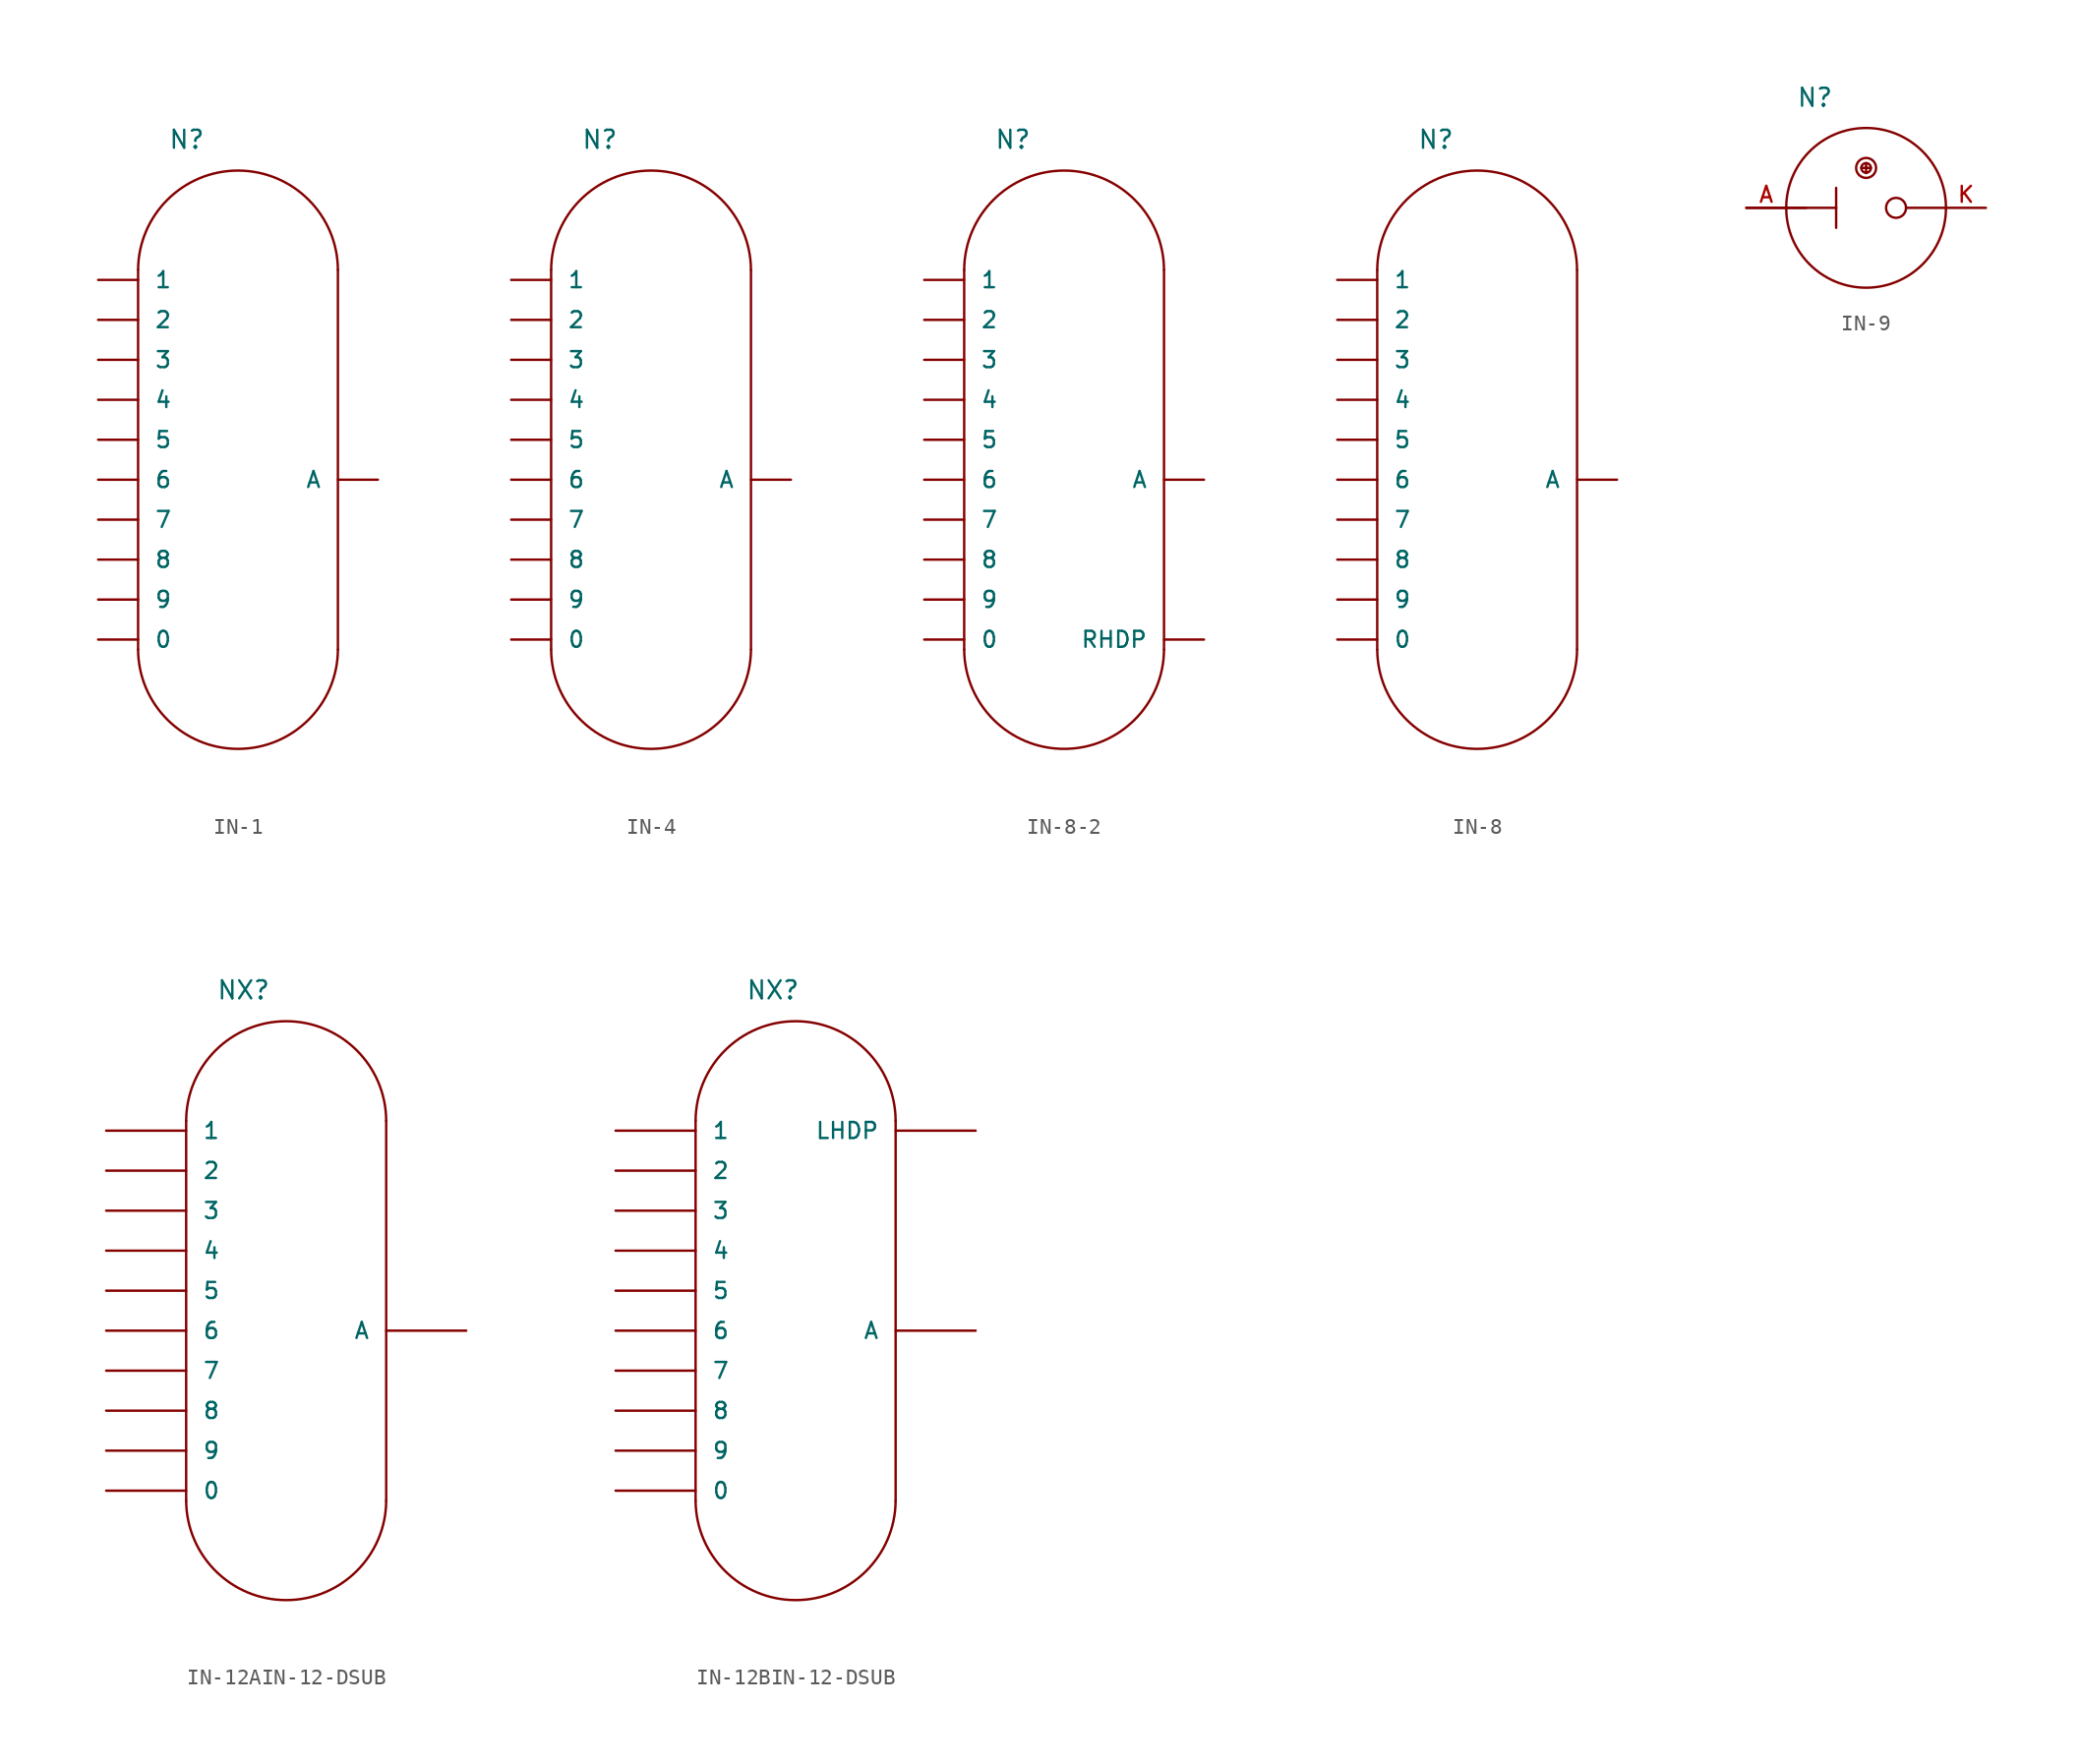
<source format=kicad_sym>
(kicad_symbol_lib
  (version 20211014)
  (generator kicad_symbol_editor)
  (symbol "IN-1"
    (pin_numbers hide)
    (pin_names
      (offset 1.016))
    (property "Reference" "N"
      (at -5.715 20.955 0)
      (effects (font (size 1.143 1.143)) (justify left bottom)))
    (property "ki_locked" ""
      (at 0 0 0)
      (effects (font (size 1.27 1.27))))
    (symbol "IN-1_1_0"
      (polyline (pts (xy -7.62 -10.795) (xy -7.62 13.335)) (stroke (width 0) (type default) (color 0 0 0 0)) (fill (type none)))
      (polyline (pts (xy 5.08 -10.795) (xy 5.08 13.335)) (stroke (width 0) (type default) (color 0 0 0 0)) (fill (type none))))
    (symbol "IN-1_1_1"
      (arc (start -7.62 -10.795) (mid -1.27 -17.145) (end 5.08 -10.795) (stroke (width 0) (type default) (color 0 0 0 0)) (fill (type none)))
      (arc (start 5.08 13.335) (mid -1.27 19.685) (end -7.62 13.335) (stroke (width 0) (type default) (color 0 0 0 0)) (fill (type none)))
      (pin bidirectional line (at -10.16 -10.16 0) (length 2.54) (name "0" (effects (font (size 1.016 1.016)))) (number "0" (effects (font (size 1.016 1.016)))))
      (pin bidirectional line (at -10.16 12.7 0) (length 2.54) (name "1" (effects (font (size 1.016 1.016)))) (number "1" (effects (font (size 1.016 1.016)))))
      (pin bidirectional line (at -10.16 10.16 0) (length 2.54) (name "2" (effects (font (size 1.016 1.016)))) (number "2" (effects (font (size 1.016 1.016)))))
      (pin bidirectional line (at -10.16 7.62 0) (length 2.54) (name "3" (effects (font (size 1.016 1.016)))) (number "3" (effects (font (size 1.016 1.016)))))
      (pin bidirectional line (at -10.16 5.08 0) (length 2.54) (name "4" (effects (font (size 1.016 1.016)))) (number "4" (effects (font (size 1.016 1.016)))))
      (pin bidirectional line (at -10.16 2.54 0) (length 2.54) (name "5" (effects (font (size 1.016 1.016)))) (number "5" (effects (font (size 1.016 1.016)))))
      (pin bidirectional line (at -10.16 0 0) (length 2.54) (name "6" (effects (font (size 1.016 1.016)))) (number "6" (effects (font (size 1.016 1.016)))))
      (pin bidirectional line (at -10.16 -2.54 0) (length 2.54) (name "7" (effects (font (size 1.016 1.016)))) (number "7" (effects (font (size 1.016 1.016)))))
      (pin bidirectional line (at -10.16 -5.08 0) (length 2.54) (name "8" (effects (font (size 1.016 1.016)))) (number "8" (effects (font (size 1.016 1.016)))))
      (pin bidirectional line (at -10.16 -7.62 0) (length 2.54) (name "9" (effects (font (size 1.016 1.016)))) (number "9" (effects (font (size 1.016 1.016)))))
      (pin bidirectional line (at 7.62 0 180) (length 2.54) (name "A" (effects (font (size 1.016 1.016)))) (number "A" (effects (font (size 1.016 1.016)))))))
  (symbol "IN-4"
    (pin_numbers hide)
    (pin_names
      (offset 1.016))
    (property "Reference" "N"
      (at -5.715 20.955 0)
      (effects (font (size 1.143 1.143)) (justify left bottom)))
    (property "ki_locked" ""
      (at 0 0 0)
      (effects (font (size 1.27 1.27))))
    (symbol "IN-4_1_0"
      (polyline (pts (xy -7.62 -10.795) (xy -7.62 13.335)) (stroke (width 0) (type default) (color 0 0 0 0)) (fill (type none)))
      (polyline (pts (xy 5.08 -10.795) (xy 5.08 13.335)) (stroke (width 0) (type default) (color 0 0 0 0)) (fill (type none))))
    (symbol "IN-4_1_1"
      (arc (start -7.62 -10.795) (mid -1.27 -17.145) (end 5.08 -10.795) (stroke (width 0) (type default) (color 0 0 0 0)) (fill (type none)))
      (arc (start 5.08 13.335) (mid -1.27 19.685) (end -7.62 13.335) (stroke (width 0) (type default) (color 0 0 0 0)) (fill (type none)))
      (pin bidirectional line (at -10.16 -10.16 0) (length 2.54) (name "0" (effects (font (size 1.016 1.016)))) (number "0" (effects (font (size 1.016 1.016)))))
      (pin bidirectional line (at -10.16 12.7 0) (length 2.54) (name "1" (effects (font (size 1.016 1.016)))) (number "1" (effects (font (size 1.016 1.016)))))
      (pin bidirectional line (at -10.16 10.16 0) (length 2.54) (name "2" (effects (font (size 1.016 1.016)))) (number "2" (effects (font (size 1.016 1.016)))))
      (pin bidirectional line (at -10.16 7.62 0) (length 2.54) (name "3" (effects (font (size 1.016 1.016)))) (number "3" (effects (font (size 1.016 1.016)))))
      (pin bidirectional line (at -10.16 5.08 0) (length 2.54) (name "4" (effects (font (size 1.016 1.016)))) (number "4" (effects (font (size 1.016 1.016)))))
      (pin bidirectional line (at -10.16 2.54 0) (length 2.54) (name "5" (effects (font (size 1.016 1.016)))) (number "5" (effects (font (size 1.016 1.016)))))
      (pin bidirectional line (at -10.16 0 0) (length 2.54) (name "6" (effects (font (size 1.016 1.016)))) (number "6" (effects (font (size 1.016 1.016)))))
      (pin bidirectional line (at -10.16 -2.54 0) (length 2.54) (name "7" (effects (font (size 1.016 1.016)))) (number "7" (effects (font (size 1.016 1.016)))))
      (pin bidirectional line (at -10.16 -5.08 0) (length 2.54) (name "8" (effects (font (size 1.016 1.016)))) (number "8" (effects (font (size 1.016 1.016)))))
      (pin bidirectional line (at -10.16 -7.62 0) (length 2.54) (name "9" (effects (font (size 1.016 1.016)))) (number "9" (effects (font (size 1.016 1.016)))))
      (pin bidirectional line (at 7.62 0 180) (length 2.54) (name "A" (effects (font (size 1.016 1.016)))) (number "A3" (effects (font (size 1.016 1.016)))))))
  (symbol "IN-8-2"
    (pin_numbers hide)
    (pin_names
      (offset 1.016))
    (property "Reference" "N"
      (at -3.175 20.955 0)
      (effects (font (size 1.143 1.143)) (justify left bottom)))
    (property "ki_locked" ""
      (at 0 0 0)
      (effects (font (size 1.27 1.27))))
    (symbol "IN-8-2_1_0"
      (polyline (pts (xy -5.08 -10.795) (xy -5.08 13.335)) (stroke (width 0) (type default) (color 0 0 0 0)) (fill (type none)))
      (polyline (pts (xy 7.62 -10.795) (xy 7.62 13.335)) (stroke (width 0) (type default) (color 0 0 0 0)) (fill (type none))))
    (symbol "IN-8-2_1_1"
      (arc (start -5.08 -10.795) (mid 1.27 -17.145) (end 7.62 -10.795) (stroke (width 0) (type default) (color 0 0 0 0)) (fill (type none)))
      (arc (start 7.62 13.335) (mid 1.27 19.685) (end -5.08 13.335) (stroke (width 0) (type default) (color 0 0 0 0)) (fill (type none)))
      (pin bidirectional line (at 10.16 -10.16 180) (length 2.54) (name "RHDP" (effects (font (size 1.016 1.016)))) (number "." (effects (font (size 1.016 1.016)))))
      (pin bidirectional line (at -7.62 -10.16 0) (length 2.54) (name "0" (effects (font (size 1.016 1.016)))) (number "0" (effects (font (size 1.016 1.016)))))
      (pin bidirectional line (at -7.62 12.7 0) (length 2.54) (name "1" (effects (font (size 1.016 1.016)))) (number "1" (effects (font (size 1.016 1.016)))))
      (pin bidirectional line (at -7.62 10.16 0) (length 2.54) (name "2" (effects (font (size 1.016 1.016)))) (number "2" (effects (font (size 1.016 1.016)))))
      (pin bidirectional line (at -7.62 7.62 0) (length 2.54) (name "3" (effects (font (size 1.016 1.016)))) (number "3" (effects (font (size 1.016 1.016)))))
      (pin bidirectional line (at -7.62 5.08 0) (length 2.54) (name "4" (effects (font (size 1.016 1.016)))) (number "4" (effects (font (size 1.016 1.016)))))
      (pin bidirectional line (at -7.62 2.54 0) (length 2.54) (name "5" (effects (font (size 1.016 1.016)))) (number "5" (effects (font (size 1.016 1.016)))))
      (pin bidirectional line (at -7.62 0 0) (length 2.54) (name "6" (effects (font (size 1.016 1.016)))) (number "6" (effects (font (size 1.016 1.016)))))
      (pin bidirectional line (at -7.62 -2.54 0) (length 2.54) (name "7" (effects (font (size 1.016 1.016)))) (number "7" (effects (font (size 1.016 1.016)))))
      (pin bidirectional line (at -7.62 -5.08 0) (length 2.54) (name "8" (effects (font (size 1.016 1.016)))) (number "8" (effects (font (size 1.016 1.016)))))
      (pin bidirectional line (at -7.62 -7.62 0) (length 2.54) (name "9" (effects (font (size 1.016 1.016)))) (number "9" (effects (font (size 1.016 1.016)))))
      (pin bidirectional line (at 10.16 0 180) (length 2.54) (name "A" (effects (font (size 1.016 1.016)))) (number "A" (effects (font (size 1.016 1.016)))))))
  (symbol "IN-8"
    (pin_numbers hide)
    (pin_names
      (offset 1.016))
    (property "Reference" "N"
      (at -5.08 20.955 0)
      (effects (font (size 1.143 1.143)) (justify left bottom)))
    (property "ki_locked" ""
      (at 0 0 0)
      (effects (font (size 1.27 1.27))))
    (symbol "IN-8_1_0"
      (polyline (pts (xy -7.62 -10.795) (xy -7.62 13.335)) (stroke (width 0) (type default) (color 0 0 0 0)) (fill (type none)))
      (polyline (pts (xy 5.08 -10.795) (xy 5.08 13.335)) (stroke (width 0) (type default) (color 0 0 0 0)) (fill (type none))))
    (symbol "IN-8_1_1"
      (arc (start -7.62 -10.795) (mid -1.27 -17.145) (end 5.08 -10.795) (stroke (width 0) (type default) (color 0 0 0 0)) (fill (type none)))
      (arc (start 5.08 13.335) (mid -1.27 19.685) (end -7.62 13.335) (stroke (width 0) (type default) (color 0 0 0 0)) (fill (type none)))
      (pin bidirectional line (at -10.16 -10.16 0) (length 2.54) (name "0" (effects (font (size 1.016 1.016)))) (number "0" (effects (font (size 1.016 1.016)))))
      (pin bidirectional line (at -10.16 12.7 0) (length 2.54) (name "1" (effects (font (size 1.016 1.016)))) (number "1" (effects (font (size 1.016 1.016)))))
      (pin bidirectional line (at -10.16 10.16 0) (length 2.54) (name "2" (effects (font (size 1.016 1.016)))) (number "2" (effects (font (size 1.016 1.016)))))
      (pin bidirectional line (at -10.16 7.62 0) (length 2.54) (name "3" (effects (font (size 1.016 1.016)))) (number "3" (effects (font (size 1.016 1.016)))))
      (pin bidirectional line (at -10.16 5.08 0) (length 2.54) (name "4" (effects (font (size 1.016 1.016)))) (number "4" (effects (font (size 1.016 1.016)))))
      (pin bidirectional line (at -10.16 2.54 0) (length 2.54) (name "5" (effects (font (size 1.016 1.016)))) (number "5" (effects (font (size 1.016 1.016)))))
      (pin bidirectional line (at -10.16 0 0) (length 2.54) (name "6" (effects (font (size 1.016 1.016)))) (number "6" (effects (font (size 1.016 1.016)))))
      (pin bidirectional line (at -10.16 -2.54 0) (length 2.54) (name "7" (effects (font (size 1.016 1.016)))) (number "7" (effects (font (size 1.016 1.016)))))
      (pin bidirectional line (at -10.16 -5.08 0) (length 2.54) (name "8" (effects (font (size 1.016 1.016)))) (number "8" (effects (font (size 1.016 1.016)))))
      (pin bidirectional line (at -10.16 -7.62 0) (length 2.54) (name "9" (effects (font (size 1.016 1.016)))) (number "9" (effects (font (size 1.016 1.016)))))
      (pin bidirectional line (at 7.62 0 180) (length 2.54) (name "A" (effects (font (size 1.016 1.016)))) (number "A" (effects (font (size 1.016 1.016)))))))
  (symbol "IN-9"
    (pin_names
      (offset 1.016) hide)
    (property "Reference" "N"
      (at -4.445 6.35 0)
      (effects (font (size 1.143 1.143)) (justify left bottom)))
    (property "ki_locked" ""
      (at 0 0 0)
      (effects (font (size 1.27 1.27))))
    (symbol "IN-9_1_0"
      (polyline (pts (xy -7.62 0) (xy -5.08 0)) (stroke (width 0) (type default) (color 0 0 0 0)) (fill (type none)))
      (polyline (pts (xy -5.08 0) (xy -1.905 0)) (stroke (width 0) (type default) (color 0 0 0 0)) (fill (type none)))
      (polyline (pts (xy -3.81 0) (xy -5.08 0)) (stroke (width 0) (type default) (color 0 0 0 0)) (fill (type none)))
      (polyline (pts (xy -1.905 0) (xy -1.905 -1.27)) (stroke (width 0) (type default) (color 0 0 0 0)) (fill (type none)))
      (polyline (pts (xy -1.905 0) (xy -1.905 1.27)) (stroke (width 0) (type default) (color 0 0 0 0)) (fill (type none)))
      (polyline (pts (xy -0.305 2.54) (xy 0 2.54)) (stroke (width 0) (type default) (color 0 0 0 0)) (fill (type none)))
      (polyline (pts (xy 0 2.54) (xy 0 2.21)) (stroke (width 0) (type default) (color 0 0 0 0)) (fill (type none)))
      (polyline (pts (xy 0 2.54) (xy 0 2.845)) (stroke (width 0) (type default) (color 0 0 0 0)) (fill (type none)))
      (polyline (pts (xy 0 2.54) (xy 0.305 2.54)) (stroke (width 0) (type default) (color 0 0 0 0)) (fill (type none)))
      (polyline (pts (xy 5.08 0) (xy 2.54 0)) (stroke (width 0) (type default) (color 0 0 0 0)) (fill (type none))))
    (symbol "IN-9_1_1"
      (circle (center 0 0) (radius 5.08) (stroke (width 0) (type default) (color 0 0 0 0)) (fill (type none)))
      (circle (center 0 2.54) (radius 0.305) (stroke (width 0) (type default) (color 0 0 0 0)) (fill (type none)))
      (circle (center 0 2.54) (radius 0.635) (stroke (width 0) (type default) (color 0 0 0 0)) (fill (type none)))
      (circle (center 1.905 0) (radius 0.635) (stroke (width 0) (type default) (color 0 0 0 0)) (fill (type none)))
      (pin bidirectional line (at -7.62 0 0) (length 2.54) (name "A" (effects (font (size 1.016 1.016)))) (number "A" (effects (font (size 1.016 1.016)))))
      (pin bidirectional line (at 7.62 0 180) (length 2.54) (name "K" (effects (font (size 1.016 1.016)))) (number "K" (effects (font (size 1.016 1.016)))))))
  (symbol "IN-12AIN-12-DSUB"
    (pin_numbers hide)
    (pin_names
      (offset 1.016))
    (property "Reference" "NX"
      (at -5.715 20.955 0)
      (effects (font (size 1.143 1.143)) (justify left bottom)))
    (property "ki_locked" ""
      (at 0 0 0)
      (effects (font (size 1.27 1.27))))
    (symbol "IN-12AIN-12-DSUB_1_0"
      (polyline (pts (xy -7.62 -10.795) (xy -7.62 13.335)) (stroke (width 0) (type default) (color 0 0 0 0)) (fill (type none)))
      (polyline (pts (xy 5.08 -10.795) (xy 5.08 13.335)) (stroke (width 0) (type default) (color 0 0 0 0)) (fill (type none))))
    (symbol "IN-12AIN-12-DSUB_1_1"
      (arc (start -7.62 -10.795) (mid -1.27 -17.145) (end 5.08 -10.795) (stroke (width 0) (type default) (color 0 0 0 0)) (fill (type none)))
      (arc (start 5.08 13.335) (mid -1.27 19.685) (end -7.62 13.335) (stroke (width 0) (type default) (color 0 0 0 0)) (fill (type none)))
      (pin bidirectional line (at -12.7 -10.16 0) (length 5.08) (name "0" (effects (font (size 1.016 1.016)))) (number "0" (effects (font (size 1.016 1.016)))))
      (pin bidirectional line (at -12.7 12.7 0) (length 5.08) (name "1" (effects (font (size 1.016 1.016)))) (number "1" (effects (font (size 1.016 1.016)))))
      (pin bidirectional line (at -12.7 10.16 0) (length 5.08) (name "2" (effects (font (size 1.016 1.016)))) (number "2" (effects (font (size 1.016 1.016)))))
      (pin bidirectional line (at -12.7 7.62 0) (length 5.08) (name "3" (effects (font (size 1.016 1.016)))) (number "3" (effects (font (size 1.016 1.016)))))
      (pin bidirectional line (at -12.7 5.08 0) (length 5.08) (name "4" (effects (font (size 1.016 1.016)))) (number "4" (effects (font (size 1.016 1.016)))))
      (pin bidirectional line (at -12.7 2.54 0) (length 5.08) (name "5" (effects (font (size 1.016 1.016)))) (number "5" (effects (font (size 1.016 1.016)))))
      (pin bidirectional line (at -12.7 0 0) (length 5.08) (name "6" (effects (font (size 1.016 1.016)))) (number "6" (effects (font (size 1.016 1.016)))))
      (pin bidirectional line (at -12.7 -2.54 0) (length 5.08) (name "7" (effects (font (size 1.016 1.016)))) (number "7" (effects (font (size 1.016 1.016)))))
      (pin bidirectional line (at -12.7 -5.08 0) (length 5.08) (name "8" (effects (font (size 1.016 1.016)))) (number "8" (effects (font (size 1.016 1.016)))))
      (pin bidirectional line (at -12.7 -7.62 0) (length 5.08) (name "9" (effects (font (size 1.016 1.016)))) (number "9" (effects (font (size 1.016 1.016)))))
      (pin bidirectional line (at 10.16 0 180) (length 5.08) (name "A" (effects (font (size 1.016 1.016)))) (number "A" (effects (font (size 1.016 1.016)))))))
  (symbol "IN-12BIN-12-DSUB"
    (pin_numbers hide)
    (pin_names
      (offset 1.016))
    (property "Reference" "NX"
      (at -4.445 20.955 0)
      (effects (font (size 1.143 1.143)) (justify left bottom)))
    (property "ki_locked" ""
      (at 0 0 0)
      (effects (font (size 1.27 1.27))))
    (symbol "IN-12BIN-12-DSUB_1_0"
      (polyline (pts (xy -7.62 -10.795) (xy -7.62 13.335)) (stroke (width 0) (type default) (color 0 0 0 0)) (fill (type none)))
      (polyline (pts (xy 5.08 -10.795) (xy 5.08 13.335)) (stroke (width 0) (type default) (color 0 0 0 0)) (fill (type none))))
    (symbol "IN-12BIN-12-DSUB_1_1"
      (arc (start -7.62 -10.795) (mid -1.27 -17.145) (end 5.08 -10.795) (stroke (width 0) (type default) (color 0 0 0 0)) (fill (type none)))
      (arc (start 5.08 13.335) (mid -1.27 19.685) (end -7.62 13.335) (stroke (width 0) (type default) (color 0 0 0 0)) (fill (type none)))
      (pin bidirectional line (at -12.7 -10.16 0) (length 5.08) (name "0" (effects (font (size 1.016 1.016)))) (number "0" (effects (font (size 1.016 1.016)))))
      (pin bidirectional line (at -12.7 12.7 0) (length 5.08) (name "1" (effects (font (size 1.016 1.016)))) (number "1" (effects (font (size 1.016 1.016)))))
      (pin bidirectional line (at -12.7 10.16 0) (length 5.08) (name "2" (effects (font (size 1.016 1.016)))) (number "2" (effects (font (size 1.016 1.016)))))
      (pin bidirectional line (at -12.7 7.62 0) (length 5.08) (name "3" (effects (font (size 1.016 1.016)))) (number "3" (effects (font (size 1.016 1.016)))))
      (pin bidirectional line (at -12.7 5.08 0) (length 5.08) (name "4" (effects (font (size 1.016 1.016)))) (number "4" (effects (font (size 1.016 1.016)))))
      (pin bidirectional line (at -12.7 2.54 0) (length 5.08) (name "5" (effects (font (size 1.016 1.016)))) (number "5" (effects (font (size 1.016 1.016)))))
      (pin bidirectional line (at -12.7 0 0) (length 5.08) (name "6" (effects (font (size 1.016 1.016)))) (number "6" (effects (font (size 1.016 1.016)))))
      (pin bidirectional line (at -12.7 -2.54 0) (length 5.08) (name "7" (effects (font (size 1.016 1.016)))) (number "7" (effects (font (size 1.016 1.016)))))
      (pin bidirectional line (at -12.7 -5.08 0) (length 5.08) (name "8" (effects (font (size 1.016 1.016)))) (number "8" (effects (font (size 1.016 1.016)))))
      (pin bidirectional line (at -12.7 -7.62 0) (length 5.08) (name "9" (effects (font (size 1.016 1.016)))) (number "9" (effects (font (size 1.016 1.016)))))
      (pin bidirectional line (at 10.16 0 180) (length 5.08) (name "A" (effects (font (size 1.016 1.016)))) (number "A" (effects (font (size 1.016 1.016)))))
      (pin bidirectional line (at 10.16 12.7 180) (length 5.08) (name "LHDP" (effects (font (size 1.016 1.016)))) (number "LHDP" (effects (font (size 1.016 1.016))))))))
</source>
